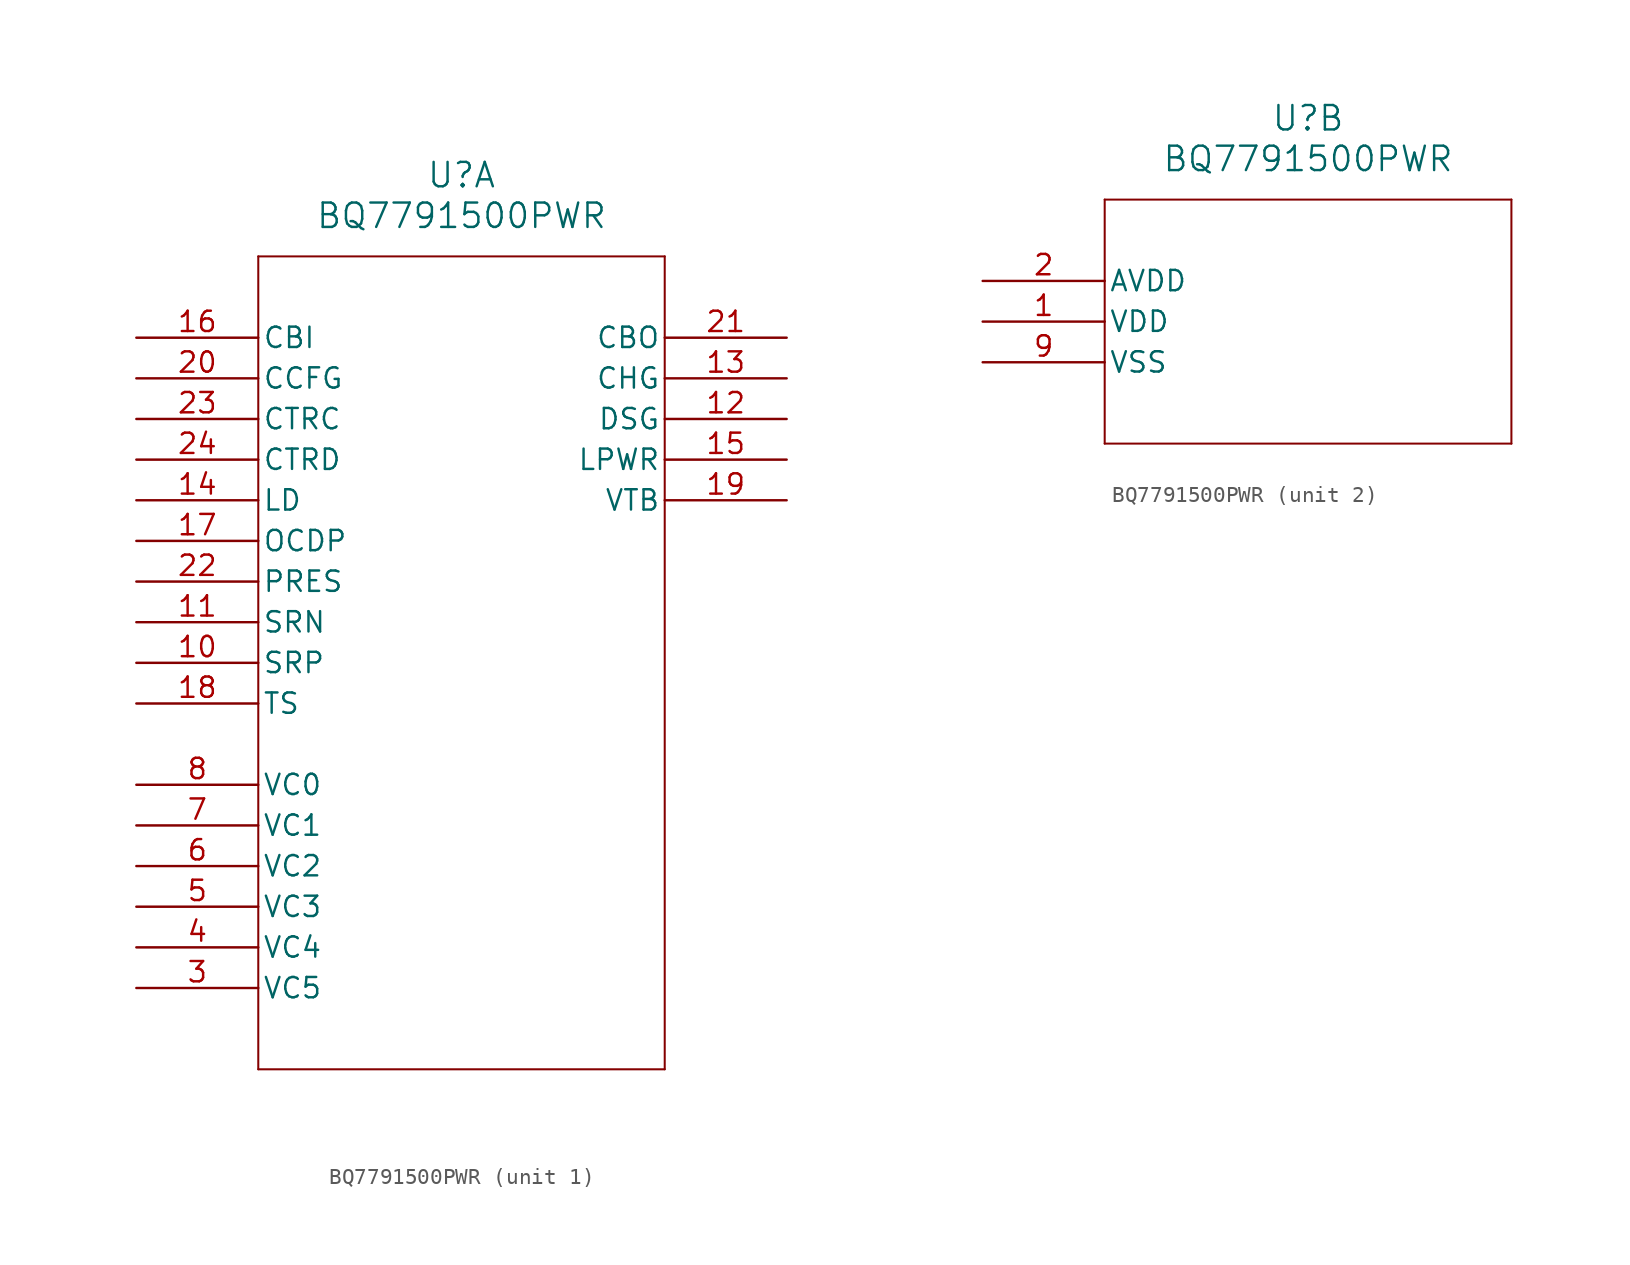
<source format=kicad_sym>
(kicad_symbol_lib
  (version 20211014)
  (generator kicad_symbol_editor)
  (symbol "BQ7791500PWR"
    (pin_names
      (offset 0.254))
    (property "Reference" "U"
      (at 20.32 10.16 0)
      (effects (font (size 1.524 1.524))))
    (property "Value" "BQ7791500PWR"
      (at 20.32 7.62 0)
      (effects (font (size 1.524 1.524))))
    (symbol "BQ7791500PWR_1_1"
      (polyline (pts (xy 7.62 5.08) (xy 7.62 -45.72)) (stroke (width 0.127) (type default) (color 0 0 0 0)) (fill (type none)))
      (polyline (pts (xy 7.62 -45.72) (xy 33.02 -45.72)) (stroke (width 0.127) (type default) (color 0 0 0 0)) (fill (type none)))
      (polyline (pts (xy 33.02 -45.72) (xy 33.02 5.08)) (stroke (width 0.127) (type default) (color 0 0 0 0)) (fill (type none)))
      (polyline (pts (xy 33.02 5.08) (xy 7.62 5.08)) (stroke (width 0.127) (type default) (color 0 0 0 0)) (fill (type none)))
      (pin input line (at 0 -40.64 0) (length 7.62) (name "VC5" (effects (font (size 1.27 1.27)))) (number "3" (effects (font (size 1.27 1.27)))))
      (pin input line (at 0 -38.1 0) (length 7.62) (name "VC4" (effects (font (size 1.27 1.27)))) (number "4" (effects (font (size 1.27 1.27)))))
      (pin input line (at 0 -35.56 0) (length 7.62) (name "VC3" (effects (font (size 1.27 1.27)))) (number "5" (effects (font (size 1.27 1.27)))))
      (pin input line (at 0 -33.02 0) (length 7.62) (name "VC2" (effects (font (size 1.27 1.27)))) (number "6" (effects (font (size 1.27 1.27)))))
      (pin input line (at 0 -30.48 0) (length 7.62) (name "VC1" (effects (font (size 1.27 1.27)))) (number "7" (effects (font (size 1.27 1.27)))))
      (pin input line (at 0 -27.94 0) (length 7.62) (name "VC0" (effects (font (size 1.27 1.27)))) (number "8" (effects (font (size 1.27 1.27)))))
      (pin input line (at 0 -20.32 0) (length 7.62) (name "SRP" (effects (font (size 1.27 1.27)))) (number "10" (effects (font (size 1.27 1.27)))))
      (pin input line (at 0 -17.78 0) (length 7.62) (name "SRN" (effects (font (size 1.27 1.27)))) (number "11" (effects (font (size 1.27 1.27)))))
      (pin output line (at 40.64 -5.08 180) (length 7.62) (name "DSG" (effects (font (size 1.27 1.27)))) (number "12" (effects (font (size 1.27 1.27)))))
      (pin output line (at 40.64 -2.54 180) (length 7.62) (name "CHG" (effects (font (size 1.27 1.27)))) (number "13" (effects (font (size 1.27 1.27)))))
      (pin input line (at 0 -10.16 0) (length 7.62) (name "LD" (effects (font (size 1.27 1.27)))) (number "14" (effects (font (size 1.27 1.27)))))
      (pin output line (at 40.64 -7.62 180) (length 7.62) (name "LPWR" (effects (font (size 1.27 1.27)))) (number "15" (effects (font (size 1.27 1.27)))))
      (pin input line (at 0 0 0) (length 7.62) (name "CBI" (effects (font (size 1.27 1.27)))) (number "16" (effects (font (size 1.27 1.27)))))
      (pin input line (at 0 -12.7 0) (length 7.62) (name "OCDP" (effects (font (size 1.27 1.27)))) (number "17" (effects (font (size 1.27 1.27)))))
      (pin input line (at 0 -22.86 0) (length 7.62) (name "TS" (effects (font (size 1.27 1.27)))) (number "18" (effects (font (size 1.27 1.27)))))
      (pin output line (at 40.64 -10.16 180) (length 7.62) (name "VTB" (effects (font (size 1.27 1.27)))) (number "19" (effects (font (size 1.27 1.27)))))
      (pin input line (at 0 -2.54 0) (length 7.62) (name "CCFG" (effects (font (size 1.27 1.27)))) (number "20" (effects (font (size 1.27 1.27)))))
      (pin output line (at 40.64 0 180) (length 7.62) (name "CBO" (effects (font (size 1.27 1.27)))) (number "21" (effects (font (size 1.27 1.27)))))
      (pin input line (at 0 -15.24 0) (length 7.62) (name "PRES" (effects (font (size 1.27 1.27)))) (number "22" (effects (font (size 1.27 1.27)))))
      (pin input line (at 0 -5.08 0) (length 7.62) (name "CTRC" (effects (font (size 1.27 1.27)))) (number "23" (effects (font (size 1.27 1.27)))))
      (pin input line (at 0 -7.62 0) (length 7.62) (name "CTRD" (effects (font (size 1.27 1.27)))) (number "24" (effects (font (size 1.27 1.27))))))
    (symbol "BQ7791500PWR_2_1"
      (polyline (pts (xy 7.62 5.08) (xy 7.62 -10.16)) (stroke (width 0.127) (type default) (color 0 0 0 0)) (fill (type none)))
      (polyline (pts (xy 7.62 -10.16) (xy 33.02 -10.16)) (stroke (width 0.127) (type default) (color 0 0 0 0)) (fill (type none)))
      (polyline (pts (xy 33.02 -10.16) (xy 33.02 5.08)) (stroke (width 0.127) (type default) (color 0 0 0 0)) (fill (type none)))
      (polyline (pts (xy 33.02 5.08) (xy 7.62 5.08)) (stroke (width 0.127) (type default) (color 0 0 0 0)) (fill (type none)))
      (pin power_in line (at 0 -2.54 0) (length 7.62) (name "VDD" (effects (font (size 1.27 1.27)))) (number "1" (effects (font (size 1.27 1.27)))))
      (pin power_in line (at 0 0 0) (length 7.62) (name "AVDD" (effects (font (size 1.27 1.27)))) (number "2" (effects (font (size 1.27 1.27)))))
      (pin power_in line (at 0 -5.08 0) (length 7.62) (name "VSS" (effects (font (size 1.27 1.27)))) (number "9" (effects (font (size 1.27 1.27))))))))
</source>
